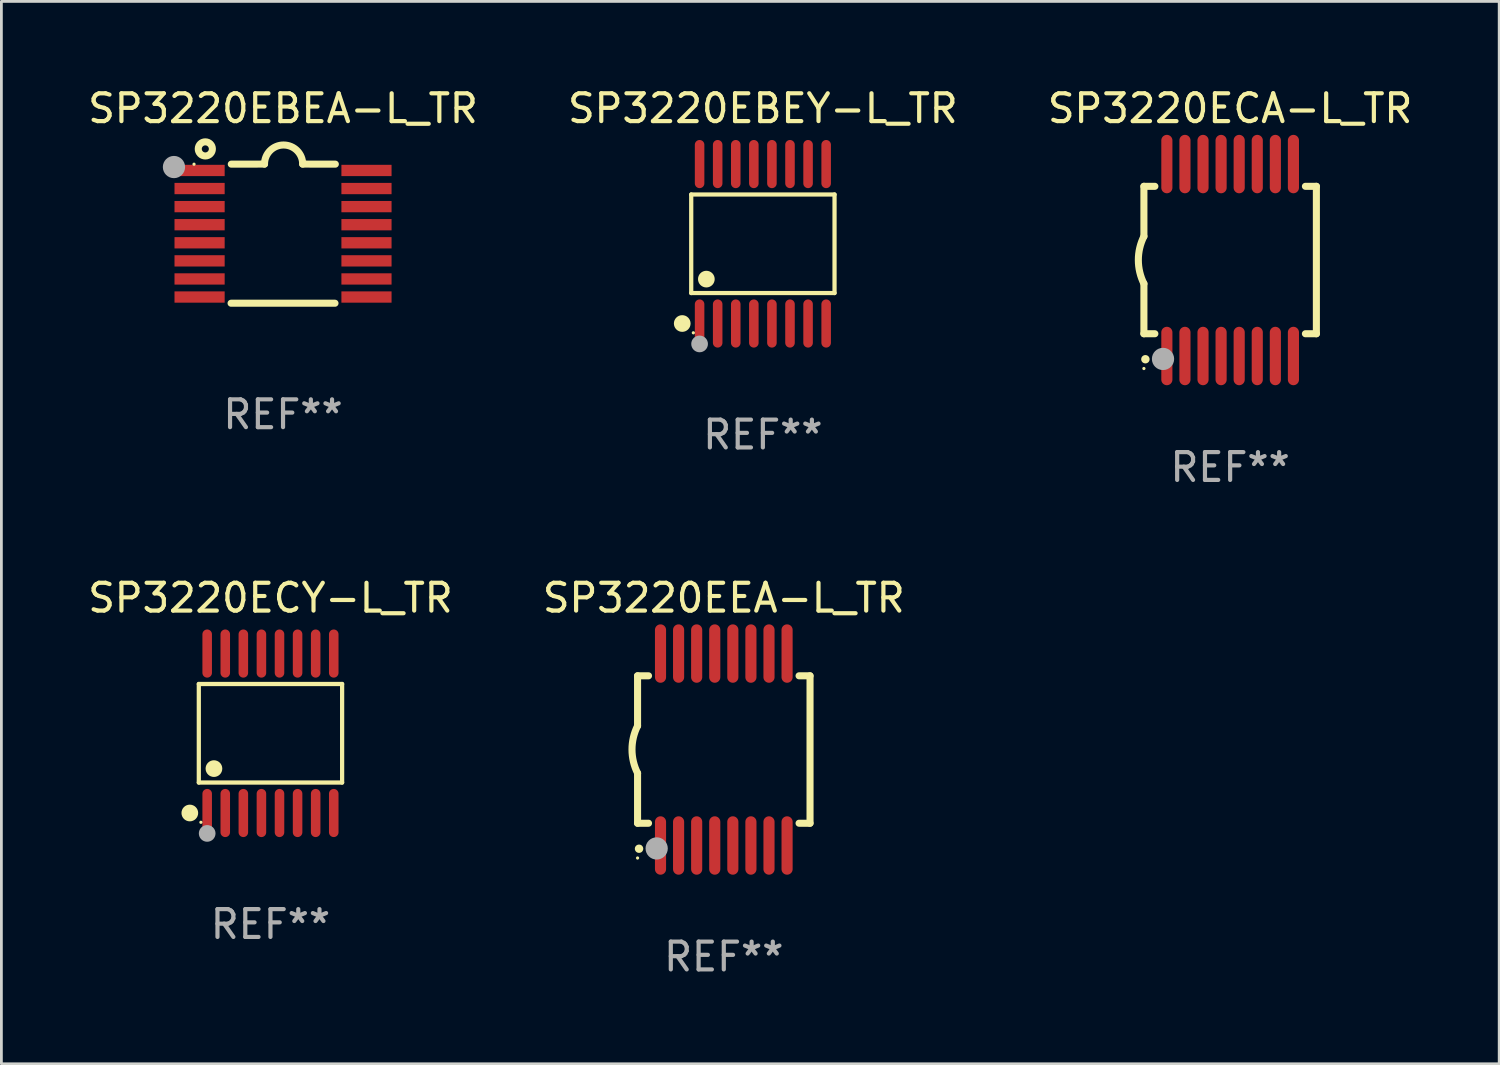
<source format=kicad_pcb>
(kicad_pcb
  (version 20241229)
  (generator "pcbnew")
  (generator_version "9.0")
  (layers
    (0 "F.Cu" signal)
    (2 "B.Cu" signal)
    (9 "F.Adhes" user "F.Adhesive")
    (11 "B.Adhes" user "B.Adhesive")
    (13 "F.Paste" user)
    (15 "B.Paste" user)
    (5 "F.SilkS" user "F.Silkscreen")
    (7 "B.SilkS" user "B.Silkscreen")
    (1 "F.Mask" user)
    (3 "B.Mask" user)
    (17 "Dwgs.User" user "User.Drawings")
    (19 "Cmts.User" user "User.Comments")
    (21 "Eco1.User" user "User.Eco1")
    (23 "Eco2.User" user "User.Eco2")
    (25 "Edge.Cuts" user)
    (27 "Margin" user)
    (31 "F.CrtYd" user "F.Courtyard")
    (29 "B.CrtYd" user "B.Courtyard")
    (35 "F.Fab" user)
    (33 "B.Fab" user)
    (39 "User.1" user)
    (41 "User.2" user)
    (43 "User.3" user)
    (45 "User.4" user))
  (footprint "SP3220EEA-L_TR"
    (layer "F.Cu")
    (at 22.97 23.895)
    (property "Reference" "SP3220EEA-L_TR" (at 0 -5.45 0) (layer "F.SilkS") (effects (font (size 1 1) (thickness 0.15))))
    (attr through_hole)
    (fp_line (start -3.1 -2.65) (end -3.1 -0.85) (stroke (width 0.254) (type solid)) (layer "F.SilkS"))
    (fp_line (start -3.1 -2.65) (end -2.706 -2.65) (stroke (width 0.254) (type solid)) (layer "F.SilkS"))
    (fp_line (start -3.1 2.65) (end -3.1 0.85) (stroke (width 0.254) (type solid)) (layer "F.SilkS"))
    (fp_line (start -3.1 2.65) (end -2.706 2.65) (stroke (width 0.254) (type solid)) (layer "F.SilkS"))
    (fp_line (start 2.706 -2.65) (end 3.1 -2.65) (stroke (width 0.254) (type solid)) (layer "F.SilkS"))
    (fp_line (start 2.706 2.65) (end 3.1 2.65) (stroke (width 0.254) (type solid)) (layer "F.SilkS"))
    (fp_line (start 3.1 -2.65) (end 3.1 2.65) (stroke (width 0.254) (type solid)) (layer "F.SilkS"))
    (fp_arc (start -3.098907 0.850902) (mid -3.300057 0.000523) (end -3.1 -0.850114) (stroke (width 0.254001) (type solid)) (layer "F.SilkS"))
    (fp_arc (start -3.048006 3.566066) (mid -3.046736 3.566061) (end -3.045466 3.566066) (stroke (width 0.3) (type solid)) (layer "F.SilkS"))
    (fp_circle (center -3.1 3.9) (end -3.07 3.9) (stroke (width 0.06) (type solid)) (fill no) (layer "F.SilkS"))
    (fp_circle (center -2.413 3.556) (end -2.213 3.556) (stroke (width 0.4) (type solid)) (fill no) (layer "F.Fab"))
    (fp_text user "REF**" (at 0 7.45 0) (layer "F.Fab") (effects (font (size 1 1) (thickness 0.15))))
    (pad "1" smd oval (at -2.275 3.45 180) (size 0.4 2.1) (layers "F.Cu" "F.Mask" "F.Paste"))
    (pad "2" smd oval (at -1.625 3.45 180) (size 0.4 2.1) (layers "F.Cu" "F.Mask" "F.Paste"))
    (pad "3" smd oval (at -0.975 3.45 180) (size 0.4 2.1) (layers "F.Cu" "F.Mask" "F.Paste"))
    (pad "4" smd oval (at -0.325 3.45 180) (size 0.4 2.1) (layers "F.Cu" "F.Mask" "F.Paste"))
    (pad "5" smd oval (at 0.325 3.45 180) (size 0.4 2.1) (layers "F.Cu" "F.Mask" "F.Paste"))
    (pad "6" smd oval (at 0.975 3.45 180) (size 0.4 2.1) (layers "F.Cu" "F.Mask" "F.Paste"))
    (pad "7" smd oval (at 1.625 3.45 180) (size 0.4 2.1) (layers "F.Cu" "F.Mask" "F.Paste"))
    (pad "8" smd oval (at 2.275 3.45 180) (size 0.4 2.1) (layers "F.Cu" "F.Mask" "F.Paste"))
    (pad "9" smd oval (at 2.275 -3.45 180) (size 0.4 2.1) (layers "F.Cu" "F.Mask" "F.Paste"))
    (pad "10" smd oval (at 1.625 -3.45 180) (size 0.4 2.1) (layers "F.Cu" "F.Mask" "F.Paste"))
    (pad "11" smd oval (at 0.975 -3.45 180) (size 0.4 2.1) (layers "F.Cu" "F.Mask" "F.Paste"))
    (pad "12" smd oval (at 0.325 -3.45 180) (size 0.4 2.1) (layers "F.Cu" "F.Mask" "F.Paste"))
    (pad "13" smd oval (at -0.325 -3.45 180) (size 0.4 2.1) (layers "F.Cu" "F.Mask" "F.Paste"))
    (pad "14" smd oval (at -0.975 -3.45 180) (size 0.4 2.1) (layers "F.Cu" "F.Mask" "F.Paste"))
    (pad "15" smd oval (at -1.625 -3.45 180) (size 0.4 2.1) (layers "F.Cu" "F.Mask" "F.Paste"))
    (pad "16" smd oval (at -2.275 -3.45 180) (size 0.4 2.1) (layers "F.Cu" "F.Mask" "F.Paste")))
  (footprint "SP3220EBEY-L_TR"
    (layer "F.Cu")
    (at 24.375 5.714)
    (property "Reference" "SP3220EBEY-L_TR" (at 0 -4.866 0) (layer "F.SilkS") (effects (font (size 1 1) (thickness 0.15))))
    (attr through_hole)
    (fp_line (start -2.576 -1.772) (end 2.576 -1.772) (stroke (width 0.152) (type solid)) (layer "F.SilkS"))
    (fp_line (start -2.576 1.771) (end -2.576 -1.772) (stroke (width 0.152) (type solid)) (layer "F.SilkS"))
    (fp_line (start 2.576 -1.772) (end 2.576 1.771) (stroke (width 0.152) (type solid)) (layer "F.SilkS"))
    (fp_line (start 2.576 1.771) (end -2.576 1.771) (stroke (width 0.152) (type solid)) (layer "F.SilkS"))
    (fp_circle (center -2.899 2.866) (end -2.749 2.866) (stroke (width 0.3) (type solid)) (fill no) (layer "F.SilkS"))
    (fp_circle (center -2.5 3.2) (end -2.47 3.2) (stroke (width 0.06) (type solid)) (fill no) (layer "F.SilkS"))
    (fp_circle (center -2.032 1.27) (end -1.882 1.27) (stroke (width 0.3) (type solid)) (fill no) (layer "F.SilkS"))
    (fp_circle (center -2.275 3.6) (end -2.125 3.6) (stroke (width 0.3) (type solid)) (fill no) (layer "F.Fab"))
    (fp_text user "REF**" (at 0 6.866 0) (layer "F.Fab") (effects (font (size 1 1) (thickness 0.15))))
    (pad "1" smd oval (at -2.275 2.866) (size 0.343 1.731) (layers "F.Cu" "F.Mask" "F.Paste"))
    (pad "2" smd oval (at -1.625 2.866) (size 0.343 1.731) (layers "F.Cu" "F.Mask" "F.Paste"))
    (pad "3" smd oval (at -0.975 2.866) (size 0.343 1.731) (layers "F.Cu" "F.Mask" "F.Paste"))
    (pad "4" smd oval (at -0.325 2.866) (size 0.343 1.731) (layers "F.Cu" "F.Mask" "F.Paste"))
    (pad "5" smd oval (at 0.325 2.866) (size 0.343 1.731) (layers "F.Cu" "F.Mask" "F.Paste"))
    (pad "6" smd oval (at 0.975 2.866) (size 0.343 1.731) (layers "F.Cu" "F.Mask" "F.Paste"))
    (pad "7" smd oval (at 1.625 2.866) (size 0.343 1.731) (layers "F.Cu" "F.Mask" "F.Paste"))
    (pad "8" smd oval (at 2.275 2.866) (size 0.343 1.731) (layers "F.Cu" "F.Mask" "F.Paste"))
    (pad "9" smd oval (at 2.275 -2.866) (size 0.343 1.731) (layers "F.Cu" "F.Mask" "F.Paste"))
    (pad "10" smd oval (at 1.625 -2.866) (size 0.343 1.731) (layers "F.Cu" "F.Mask" "F.Paste"))
    (pad "11" smd oval (at 0.975 -2.866) (size 0.343 1.731) (layers "F.Cu" "F.Mask" "F.Paste"))
    (pad "12" smd oval (at 0.325 -2.866) (size 0.343 1.731) (layers "F.Cu" "F.Mask" "F.Paste"))
    (pad "13" smd oval (at -0.325 -2.866) (size 0.343 1.731) (layers "F.Cu" "F.Mask" "F.Paste"))
    (pad "14" smd oval (at -0.975 -2.866) (size 0.343 1.731) (layers "F.Cu" "F.Mask" "F.Paste"))
    (pad "15" smd oval (at -1.625 -2.866) (size 0.343 1.731) (layers "F.Cu" "F.Mask" "F.Paste"))
    (pad "16" smd oval (at -2.275 -2.866) (size 0.343 1.731) (layers "F.Cu" "F.Mask" "F.Paste")))
  (footprint "SP3220ECY-L_TR"
    (layer "F.Cu")
    (at 6.673 23.311)
    (property "Reference" "SP3220ECY-L_TR" (at 0 -4.866 0) (layer "F.SilkS") (effects (font (size 1 1) (thickness 0.15))))
    (attr through_hole)
    (fp_line (start -2.576 -1.772) (end 2.576 -1.772) (stroke (width 0.152) (type solid)) (layer "F.SilkS"))
    (fp_line (start -2.576 1.771) (end -2.576 -1.772) (stroke (width 0.152) (type solid)) (layer "F.SilkS"))
    (fp_line (start 2.576 -1.772) (end 2.576 1.771) (stroke (width 0.152) (type solid)) (layer "F.SilkS"))
    (fp_line (start 2.576 1.771) (end -2.576 1.771) (stroke (width 0.152) (type solid)) (layer "F.SilkS"))
    (fp_circle (center -2.899 2.866) (end -2.749 2.866) (stroke (width 0.3) (type solid)) (fill no) (layer "F.SilkS"))
    (fp_circle (center -2.5 3.2) (end -2.47 3.2) (stroke (width 0.06) (type solid)) (fill no) (layer "F.SilkS"))
    (fp_circle (center -2.032 1.27) (end -1.882 1.27) (stroke (width 0.3) (type solid)) (fill no) (layer "F.SilkS"))
    (fp_circle (center -2.275 3.6) (end -2.125 3.6) (stroke (width 0.3) (type solid)) (fill no) (layer "F.Fab"))
    (fp_text user "REF**" (at 0 6.866 0) (layer "F.Fab") (effects (font (size 1 1) (thickness 0.15))))
    (pad "1" smd oval (at -2.275 2.866) (size 0.343 1.731) (layers "F.Cu" "F.Mask" "F.Paste"))
    (pad "2" smd oval (at -1.625 2.866) (size 0.343 1.731) (layers "F.Cu" "F.Mask" "F.Paste"))
    (pad "3" smd oval (at -0.975 2.866) (size 0.343 1.731) (layers "F.Cu" "F.Mask" "F.Paste"))
    (pad "4" smd oval (at -0.325 2.866) (size 0.343 1.731) (layers "F.Cu" "F.Mask" "F.Paste"))
    (pad "5" smd oval (at 0.325 2.866) (size 0.343 1.731) (layers "F.Cu" "F.Mask" "F.Paste"))
    (pad "6" smd oval (at 0.975 2.866) (size 0.343 1.731) (layers "F.Cu" "F.Mask" "F.Paste"))
    (pad "7" smd oval (at 1.625 2.866) (size 0.343 1.731) (layers "F.Cu" "F.Mask" "F.Paste"))
    (pad "8" smd oval (at 2.275 2.866) (size 0.343 1.731) (layers "F.Cu" "F.Mask" "F.Paste"))
    (pad "9" smd oval (at 2.275 -2.866) (size 0.343 1.731) (layers "F.Cu" "F.Mask" "F.Paste"))
    (pad "10" smd oval (at 1.625 -2.866) (size 0.343 1.731) (layers "F.Cu" "F.Mask" "F.Paste"))
    (pad "11" smd oval (at 0.975 -2.866) (size 0.343 1.731) (layers "F.Cu" "F.Mask" "F.Paste"))
    (pad "12" smd oval (at 0.325 -2.866) (size 0.343 1.731) (layers "F.Cu" "F.Mask" "F.Paste"))
    (pad "13" smd oval (at -0.325 -2.866) (size 0.343 1.731) (layers "F.Cu" "F.Mask" "F.Paste"))
    (pad "14" smd oval (at -0.975 -2.866) (size 0.343 1.731) (layers "F.Cu" "F.Mask" "F.Paste"))
    (pad "15" smd oval (at -1.625 -2.866) (size 0.343 1.731) (layers "F.Cu" "F.Mask" "F.Paste"))
    (pad "16" smd oval (at -2.275 -2.866) (size 0.343 1.731) (layers "F.Cu" "F.Mask" "F.Paste")))
  (footprint "SP3220EBEA-L_TR"
    (layer "F.Cu")
    (at 7.125 5.35)
    (property "Reference" "SP3220EBEA-L_TR" (at 0 -4.501 0) (layer "F.SilkS") (effects (font (size 1 1) (thickness 0.15))))
    (attr through_hole)
    (fp_line (start -1.868 2.501) (end 1.868 2.501) (stroke (width 0.254) (type solid)) (layer "F.SilkS"))
    (fp_line (start -1.86 -2.499) (end -0.666 -2.501) (stroke (width 0.254) (type solid)) (layer "F.SilkS"))
    (fp_line (start 0.706 -2.501) (end 1.88 -2.499) (stroke (width 0.254) (type solid)) (layer "F.SilkS"))
    (fp_arc (start -0.665914 -2.501448) (mid 0.019888 -3.18725) (end 0.70569 -2.501448) (stroke (width 0.254001) (type solid)) (layer "F.SilkS"))
    (fp_circle (center -3.2 -2.497) (end -3.17 -2.497) (stroke (width 0.06) (type solid)) (fill no) (layer "F.SilkS"))
    (fp_circle (center -2.794 -3.047) (end -2.54 -3.047) (stroke (width 0.254) (type solid)) (fill no) (layer "F.SilkS"))
    (fp_circle (center -3.921 -2.395) (end -3.721 -2.395) (stroke (width 0.4) (type solid)) (fill no) (layer "F.Fab"))
    (fp_text user "REF**" (at 0 6.501 0) (layer "F.Fab") (effects (font (size 1 1) (thickness 0.15))))
    (pad "1" smd rect (at -3 -2.272) (size 1.803 0.406) (layers "F.Cu" "F.Mask" "F.Paste"))
    (pad "2" smd rect (at -3 -1.622) (size 1.803 0.406) (layers "F.Cu" "F.Mask" "F.Paste"))
    (pad "3" smd rect (at -3 -0.972) (size 1.803 0.406) (layers "F.Cu" "F.Mask" "F.Paste"))
    (pad "4" smd rect (at -3 -0.322) (size 1.803 0.406) (layers "F.Cu" "F.Mask" "F.Paste"))
    (pad "5" smd rect (at -3 0.328) (size 1.803 0.406) (layers "F.Cu" "F.Mask" "F.Paste"))
    (pad "6" smd rect (at -3 0.978) (size 1.803 0.406) (layers "F.Cu" "F.Mask" "F.Paste"))
    (pad "7" smd rect (at -3 1.628) (size 1.803 0.406) (layers "F.Cu" "F.Mask" "F.Paste"))
    (pad "8" smd rect (at -3 2.278) (size 1.803 0.406) (layers "F.Cu" "F.Mask" "F.Paste"))
    (pad "9" smd rect (at 3 2.278) (size 1.803 0.406) (layers "F.Cu" "F.Mask" "F.Paste"))
    (pad "10" smd rect (at 3 1.628) (size 1.803 0.406) (layers "F.Cu" "F.Mask" "F.Paste"))
    (pad "11" smd rect (at 3 0.978) (size 1.803 0.406) (layers "F.Cu" "F.Mask" "F.Paste"))
    (pad "12" smd rect (at 3 0.328) (size 1.803 0.406) (layers "F.Cu" "F.Mask" "F.Paste"))
    (pad "13" smd rect (at 3 -0.322) (size 1.803 0.406) (layers "F.Cu" "F.Mask" "F.Paste"))
    (pad "14" smd rect (at 3 -0.972) (size 1.803 0.406) (layers "F.Cu" "F.Mask" "F.Paste"))
    (pad "15" smd rect (at 3 -1.622) (size 1.803 0.406) (layers "F.Cu" "F.Mask" "F.Paste"))
    (pad "16" smd rect (at 3 -2.272) (size 1.803 0.406) (layers "F.Cu" "F.Mask" "F.Paste")))
  (footprint "SP3220ECA-L_TR"
    (layer "F.Cu")
    (at 41.173 6.298)
    (property "Reference" "SP3220ECA-L_TR" (at 0 -5.45 0) (layer "F.SilkS") (effects (font (size 1 1) (thickness 0.15))))
    (attr through_hole)
    (fp_line (start -3.1 -2.65) (end -3.1 -0.85) (stroke (width 0.254) (type solid)) (layer "F.SilkS"))
    (fp_line (start -3.1 -2.65) (end -2.706 -2.65) (stroke (width 0.254) (type solid)) (layer "F.SilkS"))
    (fp_line (start -3.1 2.65) (end -3.1 0.85) (stroke (width 0.254) (type solid)) (layer "F.SilkS"))
    (fp_line (start -3.1 2.65) (end -2.706 2.65) (stroke (width 0.254) (type solid)) (layer "F.SilkS"))
    (fp_line (start 2.706 -2.65) (end 3.1 -2.65) (stroke (width 0.254) (type solid)) (layer "F.SilkS"))
    (fp_line (start 2.706 2.65) (end 3.1 2.65) (stroke (width 0.254) (type solid)) (layer "F.SilkS"))
    (fp_line (start 3.1 -2.65) (end 3.1 2.65) (stroke (width 0.254) (type solid)) (layer "F.SilkS"))
    (fp_arc (start -3.098907 0.850902) (mid -3.300057 0.000523) (end -3.1 -0.850114) (stroke (width 0.254001) (type solid)) (layer "F.SilkS"))
    (fp_arc (start -3.048006 3.566066) (mid -3.046736 3.566061) (end -3.045466 3.566066) (stroke (width 0.3) (type solid)) (layer "F.SilkS"))
    (fp_circle (center -3.1 3.9) (end -3.07 3.9) (stroke (width 0.06) (type solid)) (fill no) (layer "F.SilkS"))
    (fp_circle (center -2.413 3.556) (end -2.213 3.556) (stroke (width 0.4) (type solid)) (fill no) (layer "F.Fab"))
    (fp_text user "REF**" (at 0 7.45 0) (layer "F.Fab") (effects (font (size 1 1) (thickness 0.15))))
    (pad "1" smd oval (at -2.275 3.45 180) (size 0.4 2.1) (layers "F.Cu" "F.Mask" "F.Paste"))
    (pad "2" smd oval (at -1.625 3.45 180) (size 0.4 2.1) (layers "F.Cu" "F.Mask" "F.Paste"))
    (pad "3" smd oval (at -0.975 3.45 180) (size 0.4 2.1) (layers "F.Cu" "F.Mask" "F.Paste"))
    (pad "4" smd oval (at -0.325 3.45 180) (size 0.4 2.1) (layers "F.Cu" "F.Mask" "F.Paste"))
    (pad "5" smd oval (at 0.325 3.45 180) (size 0.4 2.1) (layers "F.Cu" "F.Mask" "F.Paste"))
    (pad "6" smd oval (at 0.975 3.45 180) (size 0.4 2.1) (layers "F.Cu" "F.Mask" "F.Paste"))
    (pad "7" smd oval (at 1.625 3.45 180) (size 0.4 2.1) (layers "F.Cu" "F.Mask" "F.Paste"))
    (pad "8" smd oval (at 2.275 3.45 180) (size 0.4 2.1) (layers "F.Cu" "F.Mask" "F.Paste"))
    (pad "9" smd oval (at 2.275 -3.45 180) (size 0.4 2.1) (layers "F.Cu" "F.Mask" "F.Paste"))
    (pad "10" smd oval (at 1.625 -3.45 180) (size 0.4 2.1) (layers "F.Cu" "F.Mask" "F.Paste"))
    (pad "11" smd oval (at 0.975 -3.45 180) (size 0.4 2.1) (layers "F.Cu" "F.Mask" "F.Paste"))
    (pad "12" smd oval (at 0.325 -3.45 180) (size 0.4 2.1) (layers "F.Cu" "F.Mask" "F.Paste"))
    (pad "13" smd oval (at -0.325 -3.45 180) (size 0.4 2.1) (layers "F.Cu" "F.Mask" "F.Paste"))
    (pad "14" smd oval (at -0.975 -3.45 180) (size 0.4 2.1) (layers "F.Cu" "F.Mask" "F.Paste"))
    (pad "15" smd oval (at -1.625 -3.45 180) (size 0.4 2.1) (layers "F.Cu" "F.Mask" "F.Paste"))
    (pad "16" smd oval (at -2.275 -3.45 180) (size 0.4 2.1) (layers "F.Cu" "F.Mask" "F.Paste")))
  (gr_rect
    (start -3 -3)
    (end 50.845 35.193)
    (stroke (width 0.1) (type default))
    (fill no)
    (layer "Edge.Cuts")))
</source>
